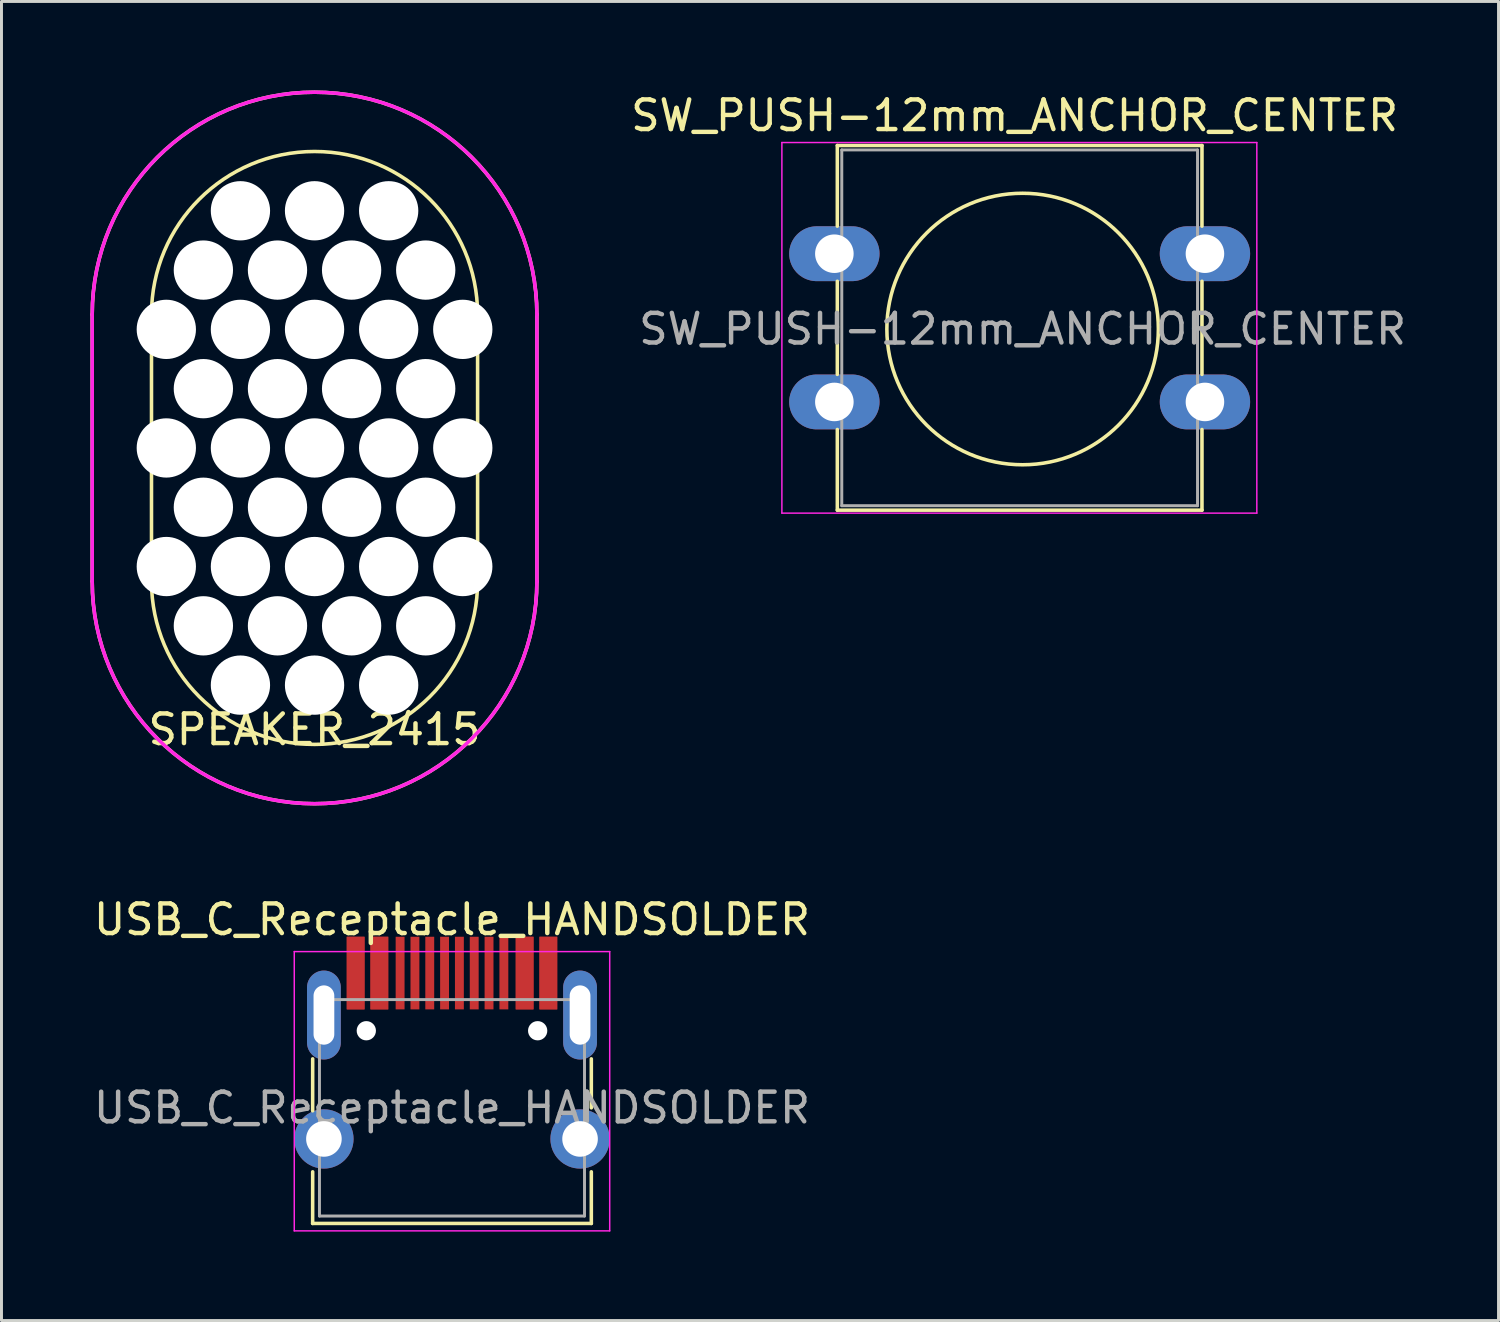
<source format=kicad_pcb>
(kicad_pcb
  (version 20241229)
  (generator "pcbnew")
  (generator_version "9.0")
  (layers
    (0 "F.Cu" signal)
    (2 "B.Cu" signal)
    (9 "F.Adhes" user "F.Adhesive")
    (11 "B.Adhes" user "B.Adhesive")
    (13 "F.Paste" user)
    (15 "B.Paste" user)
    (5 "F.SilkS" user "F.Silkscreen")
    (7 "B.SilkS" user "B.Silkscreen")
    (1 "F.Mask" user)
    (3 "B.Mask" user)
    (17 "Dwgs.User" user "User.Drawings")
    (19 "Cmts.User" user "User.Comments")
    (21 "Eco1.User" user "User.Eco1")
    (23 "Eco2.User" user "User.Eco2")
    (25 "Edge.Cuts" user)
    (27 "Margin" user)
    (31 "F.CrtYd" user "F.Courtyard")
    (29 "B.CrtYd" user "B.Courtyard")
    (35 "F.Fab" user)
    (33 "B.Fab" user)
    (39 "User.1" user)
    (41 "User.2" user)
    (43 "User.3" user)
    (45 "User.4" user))
  (footprint "SPEAKER_2415"
    (layer "F.Cu")
    (at 7.56 12.06)
    (property "Reference" "SPEAKER_2415" (at 0 9.5 0) (layer "F.SilkS") (effects (font (size 1 1) (thickness 0.15))))
    (attr through_hole)
    (fp_line (start -7.5 4.5) (end -7.5 -4.5) (stroke (width 0.12) (type solid)) (layer "F.SilkS"))
    (fp_line (start -5.5 4.5) (end -5.5 -4.5) (stroke (width 0.12) (type solid)) (layer "F.SilkS"))
    (fp_line (start 5.5 4.5) (end 5.5 -4.5) (stroke (width 0.12) (type solid)) (layer "F.SilkS"))
    (fp_line (start 7.5 4.5) (end 7.5 -4.5) (stroke (width 0.12) (type solid)) (layer "F.SilkS"))
    (fp_arc (start -7.5 -4.5) (mid 0 -12) (end 7.5 -4.5) (stroke (width 0.12) (type solid)) (layer "F.SilkS"))
    (fp_arc (start -5.5 -4.5) (mid 0 -10) (end 5.5 -4.5) (stroke (width 0.12) (type solid)) (layer "F.SilkS"))
    (fp_arc (start 5.5 4.5) (mid 0 10) (end -5.5 4.5) (stroke (width 0.12) (type solid)) (layer "F.SilkS"))
    (fp_arc (start 7.5 4.5) (mid 0 12) (end -7.5 4.5) (stroke (width 0.12) (type solid)) (layer "F.SilkS"))
    (fp_line (start -7.5 4.5) (end -7.5 -4.5) (stroke (width 0.12) (type solid)) (layer "F.CrtYd"))
    (fp_line (start 7.5 4.5) (end 7.5 -4.5) (stroke (width 0.12) (type solid)) (layer "F.CrtYd"))
    (fp_arc (start -7.5 -4.5) (mid 0 -12) (end 7.5 -4.5) (stroke (width 0.12) (type solid)) (layer "F.CrtYd"))
    (fp_arc (start 7.5 4.5) (mid 0 12) (end -7.5 4.5) (stroke (width 0.12) (type solid)) (layer "F.CrtYd"))
    (pad "" np_thru_hole circle (at -5 -4) (size 2 2) (drill 2) (layers "*.Cu" "*.Mask"))
    (pad "" np_thru_hole circle (at -5 0) (size 2 2) (drill 2) (layers "*.Cu" "*.Mask"))
    (pad "" np_thru_hole circle (at -5 4) (size 2 2) (drill 2) (layers "*.Cu" "*.Mask"))
    (pad "" np_thru_hole circle (at -3.75 -6) (size 2 2) (drill 2) (layers "*.Cu" "*.Mask"))
    (pad "" np_thru_hole circle (at -3.75 -2) (size 2 2) (drill 2) (layers "*.Cu" "*.Mask"))
    (pad "" np_thru_hole circle (at -3.75 2) (size 2 2) (drill 2) (layers "*.Cu" "*.Mask"))
    (pad "" np_thru_hole circle (at -3.75 6) (size 2 2) (drill 2) (layers "*.Cu" "*.Mask"))
    (pad "" np_thru_hole circle (at -2.5 -8) (size 2 2) (drill 2) (layers "*.Cu" "*.Mask"))
    (pad "" np_thru_hole circle (at -2.5 -4) (size 2 2) (drill 2) (layers "*.Cu" "*.Mask"))
    (pad "" np_thru_hole circle (at -2.5 0) (size 2 2) (drill 2) (layers "*.Cu" "*.Mask"))
    (pad "" np_thru_hole circle (at -2.5 4) (size 2 2) (drill 2) (layers "*.Cu" "*.Mask"))
    (pad "" np_thru_hole circle (at -2.5 8) (size 2 2) (drill 2) (layers "*.Cu" "*.Mask"))
    (pad "" np_thru_hole circle (at -1.25 -6) (size 2 2) (drill 2) (layers "*.Cu" "*.Mask"))
    (pad "" np_thru_hole circle (at -1.25 -2) (size 2 2) (drill 2) (layers "*.Cu" "*.Mask"))
    (pad "" np_thru_hole circle (at -1.25 2) (size 2 2) (drill 2) (layers "*.Cu" "*.Mask"))
    (pad "" np_thru_hole circle (at -1.25 6) (size 2 2) (drill 2) (layers "*.Cu" "*.Mask"))
    (pad "" np_thru_hole circle (at 0 -8) (size 2 2) (drill 2) (layers "*.Cu" "*.Mask"))
    (pad "" np_thru_hole circle (at 0 -4) (size 2 2) (drill 2) (layers "*.Cu" "*.Mask"))
    (pad "" np_thru_hole circle (at 0 0) (size 2 2) (drill 2) (layers "*.Cu" "*.Mask"))
    (pad "" np_thru_hole circle (at 0 4) (size 2 2) (drill 2) (layers "*.Cu" "*.Mask"))
    (pad "" np_thru_hole circle (at 0 8) (size 2 2) (drill 2) (layers "*.Cu" "*.Mask"))
    (pad "" np_thru_hole circle (at 1.25 -6) (size 2 2) (drill 2) (layers "*.Cu" "*.Mask"))
    (pad "" np_thru_hole circle (at 1.25 -2) (size 2 2) (drill 2) (layers "*.Cu" "*.Mask"))
    (pad "" np_thru_hole circle (at 1.25 2) (size 2 2) (drill 2) (layers "*.Cu" "*.Mask"))
    (pad "" np_thru_hole circle (at 1.25 6) (size 2 2) (drill 2) (layers "*.Cu" "*.Mask"))
    (pad "" np_thru_hole circle (at 2.5 -8) (size 2 2) (drill 2) (layers "*.Cu" "*.Mask"))
    (pad "" np_thru_hole circle (at 2.5 -4) (size 2 2) (drill 2) (layers "*.Cu" "*.Mask"))
    (pad "" np_thru_hole circle (at 2.5 0) (size 2 2) (drill 2) (layers "*.Cu" "*.Mask"))
    (pad "" np_thru_hole circle (at 2.5 4) (size 2 2) (drill 2) (layers "*.Cu" "*.Mask"))
    (pad "" np_thru_hole circle (at 2.5 8) (size 2 2) (drill 2) (layers "*.Cu" "*.Mask"))
    (pad "" np_thru_hole circle (at 3.75 -6) (size 2 2) (drill 2) (layers "*.Cu" "*.Mask"))
    (pad "" np_thru_hole circle (at 3.75 -2) (size 2 2) (drill 2) (layers "*.Cu" "*.Mask"))
    (pad "" np_thru_hole circle (at 3.75 2) (size 2 2) (drill 2) (layers "*.Cu" "*.Mask"))
    (pad "" np_thru_hole circle (at 3.75 6) (size 2 2) (drill 2) (layers "*.Cu" "*.Mask"))
    (pad "" np_thru_hole circle (at 5 -4) (size 2 2) (drill 2) (layers "*.Cu" "*.Mask"))
    (pad "" np_thru_hole circle (at 5 0) (size 2 2) (drill 2) (layers "*.Cu" "*.Mask"))
    (pad "" np_thru_hole circle (at 5 4) (size 2 2) (drill 2) (layers "*.Cu" "*.Mask")))
  (footprint "SW_PUSH-12mm_ANCHOR_CENTER"
    (layer "F.Cu")
    (at 31.344 8.008)
    (property "Reference" "SW_PUSH-12mm_ANCHOR_CENTER" (at -0.17 -7.16 0) (layer "F.SilkS") (effects (font (size 1 1) (thickness 0.15))))
    (attr through_hole)
    (fp_line (start -6.15 -6.15) (end 6.15 -6.15) (stroke (width 0.12) (type solid)) (layer "F.SilkS"))
    (fp_line (start -6.15 -3.43) (end -6.15 -6.15) (stroke (width 0.12) (type solid)) (layer "F.SilkS"))
    (fp_line (start -6.15 1.57) (end -6.15 -1.57) (stroke (width 0.12) (type solid)) (layer "F.SilkS"))
    (fp_line (start -6.15 6.15) (end -6.15 3.43) (stroke (width 0.12) (type solid)) (layer "F.SilkS"))
    (fp_line (start 6.15 -6.15) (end 6.15 -3.43) (stroke (width 0.12) (type solid)) (layer "F.SilkS"))
    (fp_line (start 6.15 -1.57) (end 6.15 1.57) (stroke (width 0.12) (type solid)) (layer "F.SilkS"))
    (fp_line (start 6.15 3.43) (end 6.15 6.15) (stroke (width 0.12) (type solid)) (layer "F.SilkS"))
    (fp_line (start 6.15 6.15) (end -6.15 6.15) (stroke (width 0.12) (type solid)) (layer "F.SilkS"))
    (fp_circle (center 0.1 0.04) (end 3.91 2.58) (stroke (width 0.12) (type solid)) (fill no) (layer "F.SilkS"))
    (fp_line (start -8.02 -6.25) (end -8.02 6.25) (stroke (width 0.05) (type solid)) (layer "F.CrtYd"))
    (fp_line (start -8.02 -6.25) (end 8 -6.25) (stroke (width 0.05) (type solid)) (layer "F.CrtYd"))
    (fp_line (start 8 6.25) (end -8.02 6.25) (stroke (width 0.05) (type solid)) (layer "F.CrtYd"))
    (fp_line (start 8 6.25) (end 8 -6.25) (stroke (width 0.05) (type solid)) (layer "F.CrtYd"))
    (fp_line (start -6 -6) (end -6 6) (stroke (width 0.1) (type solid)) (layer "F.Fab"))
    (fp_line (start -6 -6) (end 6 -6) (stroke (width 0.1) (type solid)) (layer "F.Fab"))
    (fp_line (start -6 6) (end 6 6) (stroke (width 0.1) (type solid)) (layer "F.Fab"))
    (fp_line (start 6 -6) (end 6 6) (stroke (width 0.1) (type solid)) (layer "F.Fab"))
    (fp_text user "${REFERENCE}" (at 0.1 0.04 0) (layer "F.Fab") (effects (font (size 1 1) (thickness 0.15))))
    (pad "1" thru_hole oval (at -6.25 -2.5) (size 3.048 1.85) (drill 1.3) (layers "*.Cu" "*.Mask"))
    (pad "1" thru_hole oval (at 6.25 -2.5) (size 3.048 1.85) (drill 1.3) (layers "*.Cu" "*.Mask"))
    (pad "2" thru_hole oval (at -6.25 2.5) (size 3.048 1.85) (drill 1.3) (layers "*.Cu" "*.Mask"))
    (pad "2" thru_hole oval (at 6.25 2.5) (size 3.048 1.85) (drill 1.3) (layers "*.Cu" "*.Mask")))
  (footprint "USB_C_Receptacle_HANDSOLDER"
    (layer "F.Cu")
    (at 12.196 34.318)
    (property "Reference" "USB_C_Receptacle_HANDSOLDER" (at 0 -6.35 0) (layer "F.SilkS") (effects (font (size 1 1) (thickness 0.15))))
    (attr smd)
    (fp_line (start -4.7 3.9) (end 4.7 3.9) (stroke (width 0.12) (type solid)) (layer "F.SilkS"))
    (fp_line (start -4.699 -1.651) (end -4.7 0.1) (stroke (width 0.12) (type solid)) (layer "F.SilkS"))
    (fp_line (start -4.699 2.159) (end -4.7 3.9) (stroke (width 0.12) (type solid)) (layer "F.SilkS"))
    (fp_line (start 4.7 -1.651) (end 4.7 0) (stroke (width 0.12) (type solid)) (layer "F.SilkS"))
    (fp_line (start 4.7 2.159) (end 4.7 3.9) (stroke (width 0.12) (type solid)) (layer "F.SilkS"))
    (fp_line (start -5.32 -5.27) (end -5.32 4.15) (stroke (width 0.05) (type solid)) (layer "F.CrtYd"))
    (fp_line (start -5.32 -5.27) (end 5.32 -5.27) (stroke (width 0.05) (type solid)) (layer "F.CrtYd"))
    (fp_line (start -5.32 4.15) (end 5.32 4.15) (stroke (width 0.05) (type solid)) (layer "F.CrtYd"))
    (fp_line (start 5.32 -5.27) (end 5.32 4.15) (stroke (width 0.05) (type solid)) (layer "F.CrtYd"))
    (fp_line (start -4.47 -3.65) (end -4.47 3.65) (stroke (width 0.1) (type solid)) (layer "F.Fab"))
    (fp_line (start -4.47 -3.65) (end 4.47 -3.65) (stroke (width 0.1) (type solid)) (layer "F.Fab"))
    (fp_line (start -4.47 3.65) (end 4.47 3.65) (stroke (width 0.1) (type solid)) (layer "F.Fab"))
    (fp_line (start 4.47 -3.65) (end 4.47 3.65) (stroke (width 0.1) (type solid)) (layer "F.Fab"))
    (fp_text user "${REFERENCE}" (at 0 0 0) (layer "F.Fab") (effects (font (size 1 1) (thickness 0.15))))
    (pad "" np_thru_hole circle (at -2.89 -2.6) (size 0.65 0.65) (drill 0.65) (layers "*.Cu" "*.Mask"))
    (pad "" np_thru_hole circle (at 2.89 -2.6) (size 0.65 0.65) (drill 0.65) (layers "*.Cu" "*.Mask"))
    (pad "A1" smd rect (at -3.25 -4.545) (size 0.6 2.45) (layers "F.Cu" "F.Mask" "F.Paste"))
    (pad "A4" smd rect (at -2.45 -4.545) (size 0.6 2.45) (layers "F.Cu" "F.Mask" "F.Paste"))
    (pad "A5" smd rect (at -1.25 -4.545) (size 0.3 2.45) (layers "F.Cu" "F.Mask" "F.Paste"))
    (pad "A6" smd rect (at -0.25 -4.545) (size 0.3 2.45) (layers "F.Cu" "F.Mask" "F.Paste"))
    (pad "A7" smd rect (at 0.25 -4.545) (size 0.3 2.45) (layers "F.Cu" "F.Mask" "F.Paste"))
    (pad "A8" smd rect (at 1.25 -4.545) (size 0.3 2.45) (layers "F.Cu" "F.Mask" "F.Paste"))
    (pad "A9" smd rect (at 2.45 -4.545) (size 0.6 2.45) (layers "F.Cu" "F.Mask" "F.Paste"))
    (pad "A12" smd rect (at 3.25 -4.545) (size 0.6 2.45) (layers "F.Cu" "F.Mask" "F.Paste"))
    (pad "B1" smd rect (at 3.25 -4.545) (size 0.6 2.45) (layers "F.Cu" "F.Mask" "F.Paste"))
    (pad "B4" smd rect (at 2.45 -4.545) (size 0.6 2.45) (layers "F.Cu" "F.Mask" "F.Paste"))
    (pad "B5" smd rect (at 1.75 -4.545) (size 0.3 2.45) (layers "F.Cu" "F.Mask" "F.Paste"))
    (pad "B6" smd rect (at 0.75 -4.545) (size 0.3 2.45) (layers "F.Cu" "F.Mask" "F.Paste"))
    (pad "B7" smd rect (at -0.75 -4.545) (size 0.3 2.45) (layers "F.Cu" "F.Mask" "F.Paste"))
    (pad "B8" smd rect (at -1.75 -4.545) (size 0.3 2.45) (layers "F.Cu" "F.Mask" "F.Paste"))
    (pad "B9" smd rect (at -2.45 -4.545) (size 0.6 2.45) (layers "F.Cu" "F.Mask" "F.Paste"))
    (pad "B12" smd rect (at -3.25 -4.545) (size 0.6 2.45) (layers "F.Cu" "F.Mask" "F.Paste"))
    (pad "S1" thru_hole oval (at -4.32 -3.13) (size 1.14 3) (drill oval 0.7 2) (layers "*.Cu" "*.Mask"))
    (pad "S1" thru_hole circle (at -4.32 1.05) (size 2 2) (drill 1.2) (layers "*.Cu" "*.Mask"))
    (pad "S1" thru_hole oval (at 4.32 -3.13) (size 1.14 3) (drill oval 0.7 2) (layers "*.Cu" "*.Mask"))
    (pad "S1" thru_hole circle (at 4.32 1.05) (size 2 2) (drill 1.2) (layers "*.Cu" "*.Mask")))
  (gr_rect
    (start -3 -3)
    (end 47.497 41.493)
    (stroke (width 0.1) (type default))
    (fill no)
    (layer "Edge.Cuts")))
</source>
